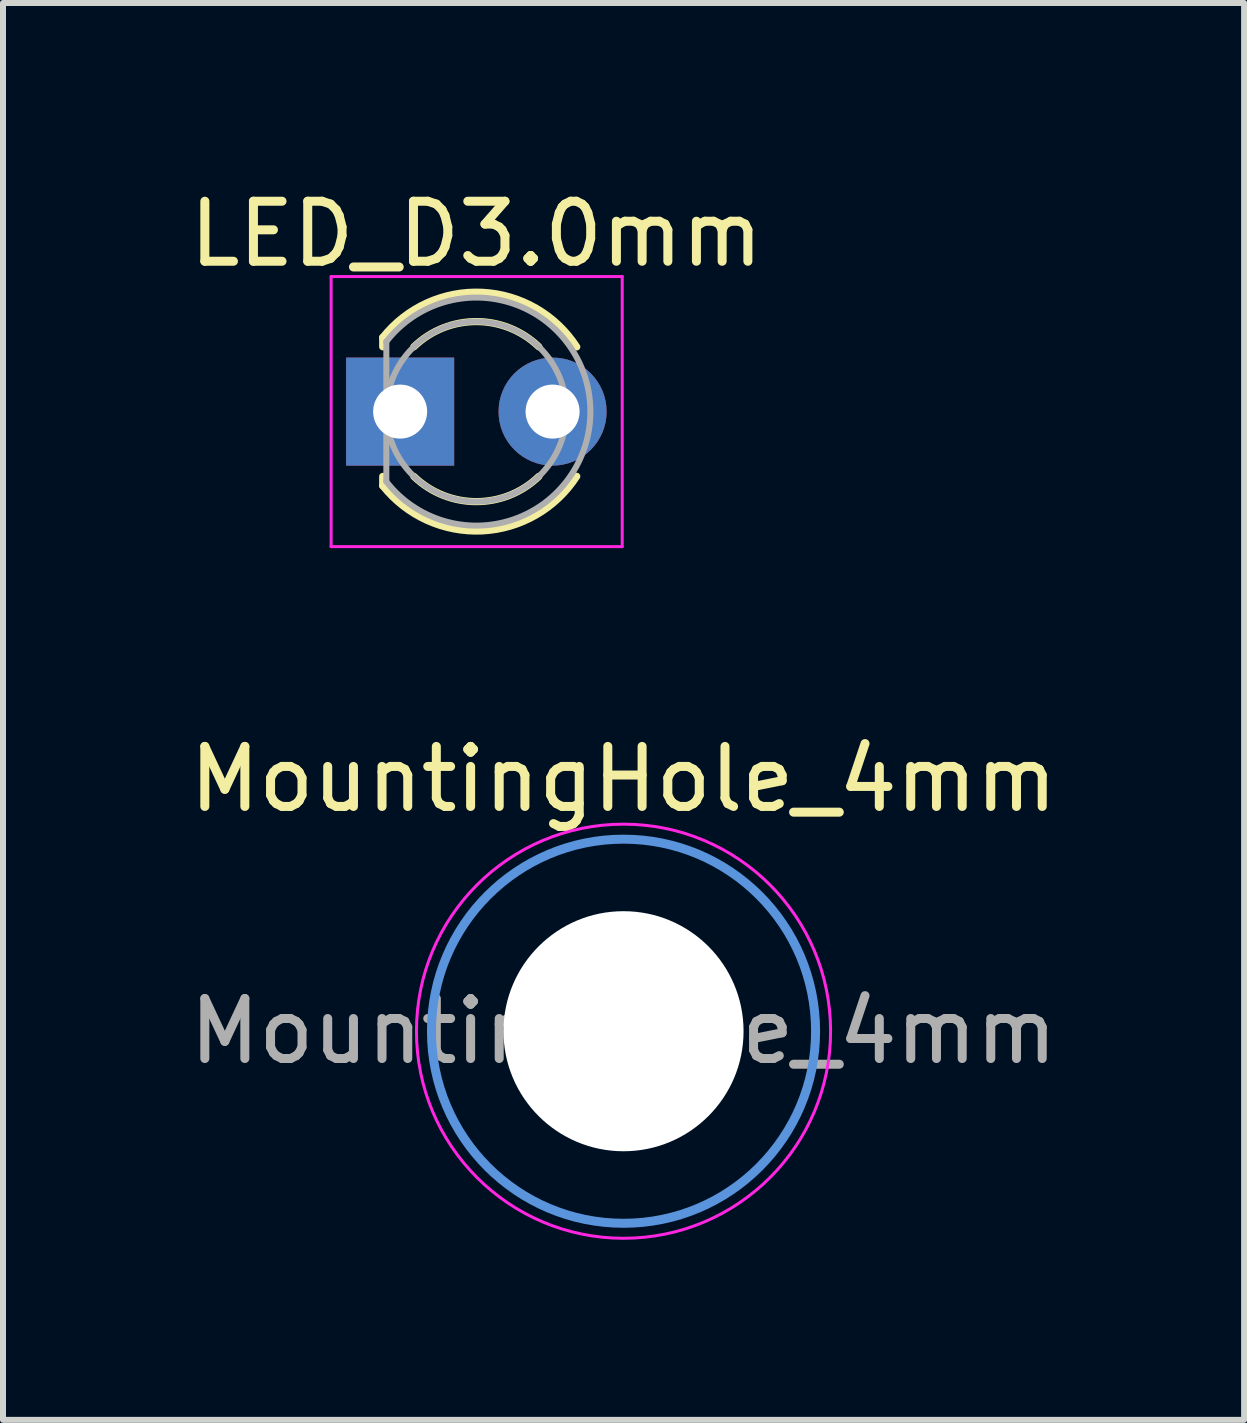
<source format=kicad_pcb>
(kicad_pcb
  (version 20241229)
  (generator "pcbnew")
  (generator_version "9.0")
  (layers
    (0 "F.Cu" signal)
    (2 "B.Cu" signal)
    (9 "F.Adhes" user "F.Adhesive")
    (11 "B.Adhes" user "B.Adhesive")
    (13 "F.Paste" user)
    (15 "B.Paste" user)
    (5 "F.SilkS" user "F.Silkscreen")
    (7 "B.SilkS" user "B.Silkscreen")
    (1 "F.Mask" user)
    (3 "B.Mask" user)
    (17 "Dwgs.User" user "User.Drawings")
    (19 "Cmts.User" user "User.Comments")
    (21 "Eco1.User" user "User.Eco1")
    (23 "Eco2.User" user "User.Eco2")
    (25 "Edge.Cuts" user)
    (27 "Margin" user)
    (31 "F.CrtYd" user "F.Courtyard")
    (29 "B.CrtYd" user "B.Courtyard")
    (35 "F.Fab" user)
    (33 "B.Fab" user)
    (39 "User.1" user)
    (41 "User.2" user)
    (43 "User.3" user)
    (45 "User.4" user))
  (footprint "LED_D3.0mm"
    (layer "F.Cu")
    (at 4.887 3.808)
    (property "Reference" "LED_D3.0mm" (at 0 -2.96 0) (layer "F.SilkS") (effects (font (size 1 1) (thickness 0.15))))
    (attr through_hole)
    (fp_line (start -1.56 -1.236) (end -1.56 -1.08) (stroke (width 0.12) (type solid)) (layer "F.SilkS"))
    (fp_line (start -1.56 1.08) (end -1.56 1.236) (stroke (width 0.12) (type solid)) (layer "F.SilkS"))
    (fp_arc (start -1.56 -1.235516) (mid 0.096487 -1.987659) (end 1.672335 -1.078608) (stroke (width 0.12) (type solid)) (layer "F.SilkS"))
    (fp_arc (start -1.040961 -1.08) (mid 0.000117 -1.5) (end 1.04113 -1.079837) (stroke (width 0.12) (type solid)) (layer "F.SilkS"))
    (fp_arc (start 1.04113 1.079837) (mid 0.000117 1.5) (end -1.040961 1.08) (stroke (width 0.12) (type solid)) (layer "F.SilkS"))
    (fp_arc (start 1.672335 1.078608) (mid 0.096487 1.987659) (end -1.56 1.235516) (stroke (width 0.12) (type solid)) (layer "F.SilkS"))
    (fp_line (start -2.42 -2.25) (end -2.42 2.25) (stroke (width 0.05) (type solid)) (layer "F.CrtYd"))
    (fp_line (start -2.42 2.25) (end 2.43 2.25) (stroke (width 0.05) (type solid)) (layer "F.CrtYd"))
    (fp_line (start 2.43 -2.25) (end -2.42 -2.25) (stroke (width 0.05) (type solid)) (layer "F.CrtYd"))
    (fp_line (start 2.43 2.25) (end 2.43 -2.25) (stroke (width 0.05) (type solid)) (layer "F.CrtYd"))
    (fp_line (start -1.5 -1.166) (end -1.5 1.166) (stroke (width 0.1) (type solid)) (layer "F.Fab"))
    (fp_arc (start -1.5 -1.16619) (mid 1.9 0.000452) (end -1.500555 1.165476) (stroke (width 0.1) (type solid)) (layer "F.Fab"))
    (fp_circle (center 0 0) (end 1.5 0) (stroke (width 0.1) (type solid)) (fill no) (layer "F.Fab"))
    (pad "1" thru_hole rect (at -1.27 0) (size 1.8 1.8) (drill 0.9) (layers "*.Cu" "*.Mask"))
    (pad "2" thru_hole circle (at 1.27 0) (size 1.8 1.8) (drill 0.9) (layers "*.Cu" "*.Mask")))
  (footprint "MountingHole_4mm"
    (layer "F.Cu")
    (at 7.339 14.132)
    (property "Reference" "MountingHole_4mm" (at 0 -4.2 0) (layer "F.SilkS") (effects (font (size 1 1) (thickness 0.15))))
    (attr exclude_from_pos_files exclude_from_bom)
    (fp_circle (center 0 0) (end 3.2 0) (stroke (width 0.15) (type solid)) (fill no) (layer "Cmts.User"))
    (fp_circle (center 0 0) (end 3.45 0) (stroke (width 0.05) (type solid)) (fill no) (layer "F.CrtYd"))
    (fp_text user "${REFERENCE}" (at 0 0 0) (layer "F.Fab") (effects (font (size 1 1) (thickness 0.15))))
    (pad "" np_thru_hole circle (at 0 0) (size 4 4) (drill 4) (layers "*.Cu" "*.Mask")))
  (gr_rect
    (start -3 -3)
    (end 17.679 20.607)
    (stroke (width 0.1) (type default))
    (fill no)
    (layer "Edge.Cuts")))
</source>
